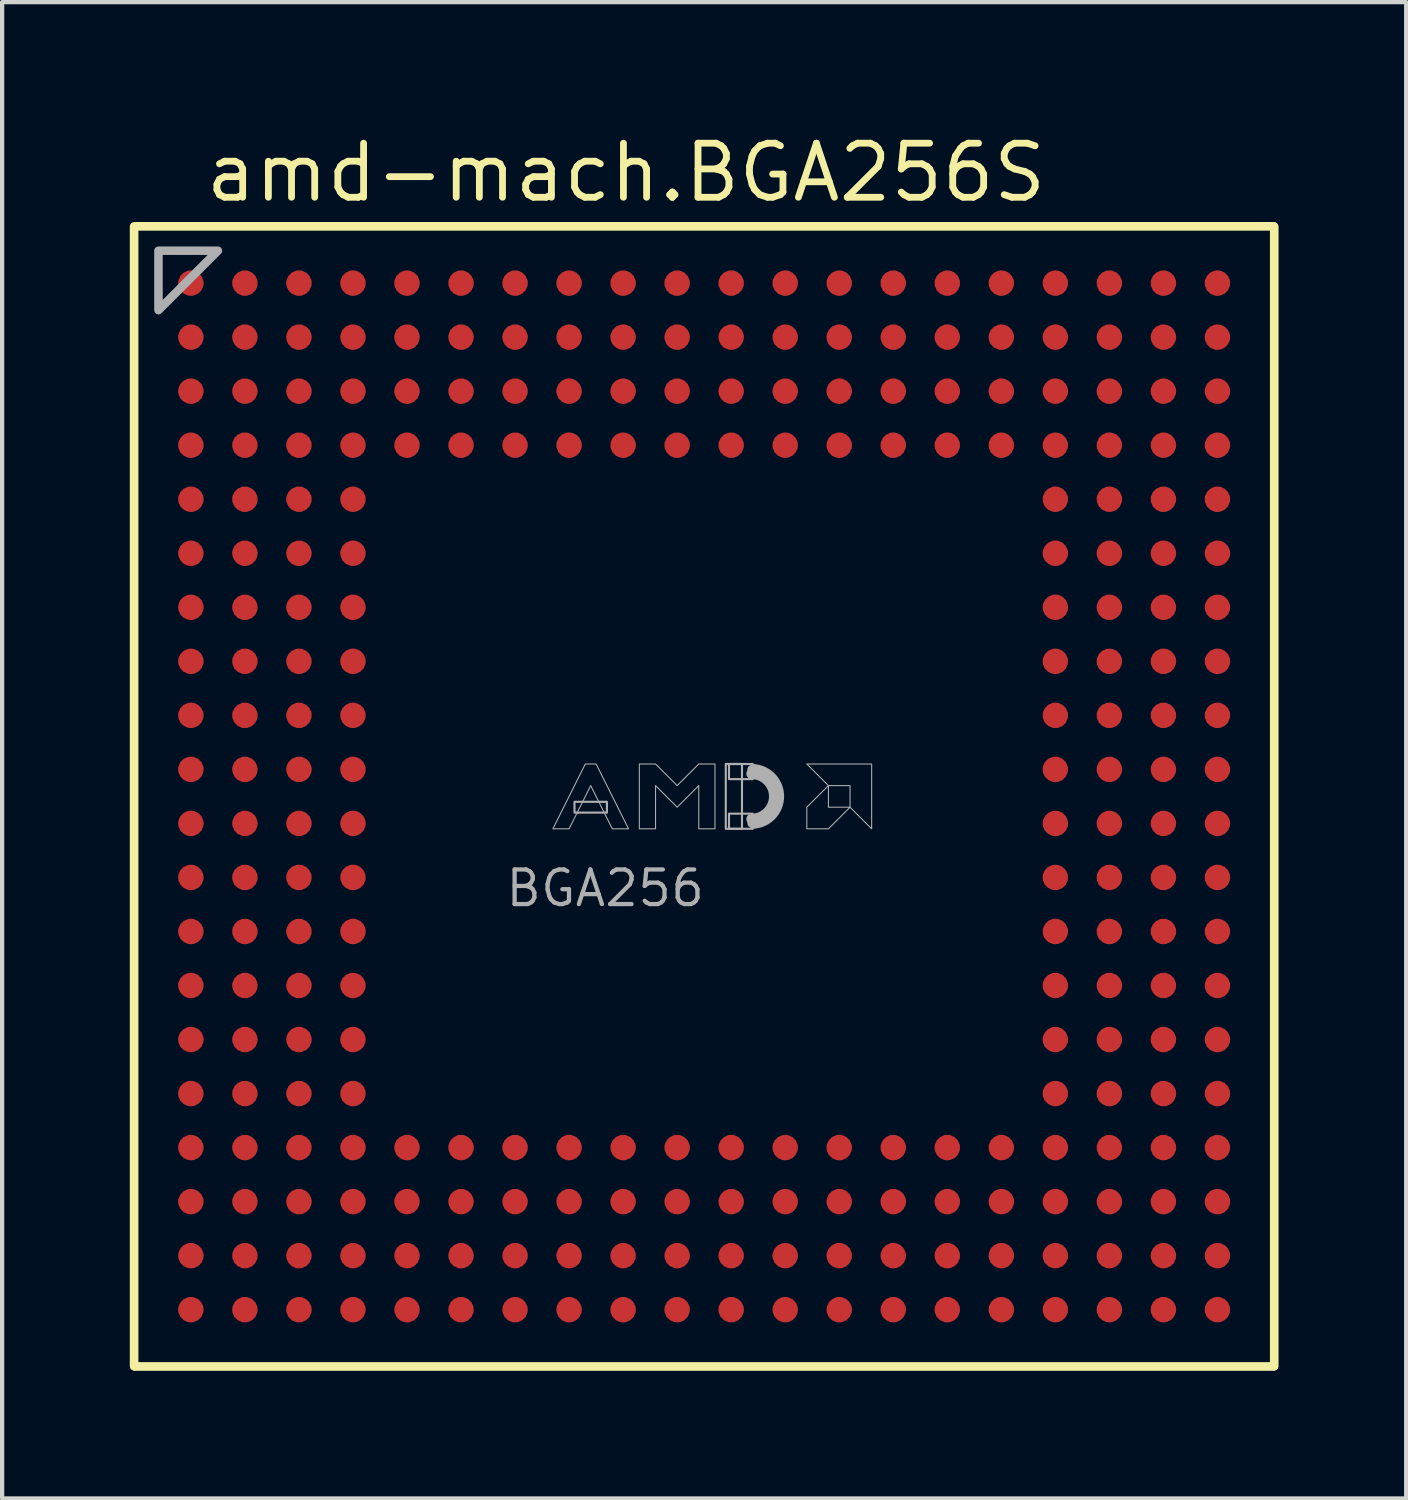
<source format=kicad_pcb>
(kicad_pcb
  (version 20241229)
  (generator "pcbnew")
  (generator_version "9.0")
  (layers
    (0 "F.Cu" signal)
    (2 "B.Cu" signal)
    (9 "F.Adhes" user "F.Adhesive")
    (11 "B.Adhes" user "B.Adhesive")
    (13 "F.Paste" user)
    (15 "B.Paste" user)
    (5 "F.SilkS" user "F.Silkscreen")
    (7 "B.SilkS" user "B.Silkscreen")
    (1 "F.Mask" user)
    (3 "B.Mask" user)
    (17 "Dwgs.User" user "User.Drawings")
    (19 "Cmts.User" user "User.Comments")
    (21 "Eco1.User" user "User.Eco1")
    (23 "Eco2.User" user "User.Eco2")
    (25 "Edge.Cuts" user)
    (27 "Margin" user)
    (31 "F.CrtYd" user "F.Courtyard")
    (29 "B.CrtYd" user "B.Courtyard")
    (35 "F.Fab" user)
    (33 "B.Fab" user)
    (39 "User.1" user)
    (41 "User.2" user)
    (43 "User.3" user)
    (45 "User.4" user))
  (footprint "amd-mach.BGA256S"
    (layer "F.Cu")
    (at 13.502 15.67)
    (property "Reference" "amd-mach.BGA256S" (at -11.8 -13.92 0) (layer "F.SilkS") (effects (font (size 1.27 1.27) (thickness 0.16)) (justify left bottom)))
    (attr smd)
    (fp_line (start -13.4 13.389) (end -13.4 -13.389) (stroke (width 0.203) (type default)) (layer "F.SilkS"))
    (fp_line (start -13.389 -13.4) (end 13.389 -13.4) (stroke (width 0.203) (type default)) (layer "F.SilkS"))
    (fp_line (start 13.389 13.4) (end -13.389 13.4) (stroke (width 0.203) (type default)) (layer "F.SilkS"))
    (fp_line (start 13.4 -13.389) (end 13.4 13.389) (stroke (width 0.203) (type default)) (layer "F.SilkS"))
    (fp_rect (start -3.048 0.381) (end -2.286 0.127) (stroke (width 0.05) (type default)) (fill no) (layer "F.Fab"))
    (fp_rect (start 0.508 0.762) (end 0.889 -0.762) (stroke (width 0.05) (type default)) (fill no) (layer "F.Fab"))
    (fp_rect (start 0.584 -0.406) (end 1.143 -0.762) (stroke (width 0.05) (type default)) (fill no) (layer "F.Fab"))
    (fp_rect (start 0.584 0.762) (end 1.143 0.406) (stroke (width 0.05) (type default)) (fill no) (layer "F.Fab"))
    (fp_arc (start 1.1176 -0.7366) (mid 1.8542 0) (end 1.1176 0.7366) (stroke (width 0.0508) (type default)) (layer "F.Fab"))
    (fp_arc (start 1.1176 -0.635) (mid 1.7526 0) (end 1.1176 0.635) (stroke (width 0.2032) (type default)) (layer "F.Fab"))
    (fp_arc (start 1.1176 -0.5334) (mid 1.651 0) (end 1.1176 0.5334) (stroke (width 0.254) (type default)) (layer "F.Fab"))
    (fp_poly (pts (xy -12.827 -12.827) (xy -11.43 -12.827) (xy -12.827 -11.43)) (stroke (width 0.2) (type default)) (fill no) (layer "F.Fab"))
    (fp_poly (pts (xy 2.413 -0.762) (xy 3.937 -0.762) (xy 3.937 0.762) (xy 3.429 0.254) (xy 3.429 -0.254) (xy 2.921 -0.254)) (stroke (width 0.025) (type default)) (fill no) (layer "F.Fab"))
    (fp_poly (pts (xy 2.921 -0.254) (xy 2.413 0.254) (xy 2.413 0.762) (xy 2.921 0.762) (xy 3.429 0.254) (xy 2.921 0.254)) (stroke (width 0.025) (type default)) (fill no) (layer "F.Fab"))
    (fp_poly (pts (xy -3.556 0.762) (xy -2.794 -0.762) (xy -2.54 -0.762) (xy -1.778 0.762) (xy -2.159 0.762) (xy -2.667 -0.254) (xy -3.175 0.762)) (stroke (width 0.025) (type default)) (fill no) (layer "F.Fab"))
    (fp_poly (pts (xy -1.524 0.762) (xy -1.524 -0.762) (xy -1.143 -0.762) (xy -0.635 -0.254) (xy -0.127 -0.762) (xy 0.254 -0.762) (xy 0.254 0.762) (xy -0.127 0.762) (xy -0.127 -0.254) (xy -0.635 0.254) (xy -1.143 -0.254) (xy -1.143 0.762)) (stroke (width 0.025) (type default)) (fill no) (layer "F.Fab"))
    (fp_text user "BGA256" (at -4.715 2.635 0) (layer "F.Fab") (effects (font (size 0.813 0.813) (thickness 0.1)) (justify left bottom)))
    (pad "A1" smd roundrect (at -12.065 -12.065) (size 0.6 0.6) (layers "F.Cu" "F.Mask" "F.Paste") (roundrect_rratio 0.5))
    (pad "A2" smd roundrect (at -10.795 -12.065) (size 0.6 0.6) (layers "F.Cu" "F.Mask" "F.Paste") (roundrect_rratio 0.5))
    (pad "A3" smd roundrect (at -9.525 -12.065) (size 0.6 0.6) (layers "F.Cu" "F.Mask" "F.Paste") (roundrect_rratio 0.5))
    (pad "A4" smd roundrect (at -8.255 -12.065) (size 0.6 0.6) (layers "F.Cu" "F.Mask" "F.Paste") (roundrect_rratio 0.5))
    (pad "A5" smd roundrect (at -6.985 -12.065) (size 0.6 0.6) (layers "F.Cu" "F.Mask" "F.Paste") (roundrect_rratio 0.5))
    (pad "A6" smd roundrect (at -5.715 -12.065) (size 0.6 0.6) (layers "F.Cu" "F.Mask" "F.Paste") (roundrect_rratio 0.5))
    (pad "A7" smd roundrect (at -4.445 -12.065) (size 0.6 0.6) (layers "F.Cu" "F.Mask" "F.Paste") (roundrect_rratio 0.5))
    (pad "A8" smd roundrect (at -3.175 -12.065) (size 0.6 0.6) (layers "F.Cu" "F.Mask" "F.Paste") (roundrect_rratio 0.5))
    (pad "A9" smd roundrect (at -1.905 -12.065) (size 0.6 0.6) (layers "F.Cu" "F.Mask" "F.Paste") (roundrect_rratio 0.5))
    (pad "A10" smd roundrect (at -0.635 -12.065) (size 0.6 0.6) (layers "F.Cu" "F.Mask" "F.Paste") (roundrect_rratio 0.5))
    (pad "A11" smd roundrect (at 0.635 -12.065) (size 0.6 0.6) (layers "F.Cu" "F.Mask" "F.Paste") (roundrect_rratio 0.5))
    (pad "A12" smd roundrect (at 1.905 -12.065) (size 0.6 0.6) (layers "F.Cu" "F.Mask" "F.Paste") (roundrect_rratio 0.5))
    (pad "A13" smd roundrect (at 3.175 -12.065) (size 0.6 0.6) (layers "F.Cu" "F.Mask" "F.Paste") (roundrect_rratio 0.5))
    (pad "A14" smd roundrect (at 4.445 -12.065) (size 0.6 0.6) (layers "F.Cu" "F.Mask" "F.Paste") (roundrect_rratio 0.5))
    (pad "A15" smd roundrect (at 5.715 -12.065) (size 0.6 0.6) (layers "F.Cu" "F.Mask" "F.Paste") (roundrect_rratio 0.5))
    (pad "A16" smd roundrect (at 6.985 -12.065) (size 0.6 0.6) (layers "F.Cu" "F.Mask" "F.Paste") (roundrect_rratio 0.5))
    (pad "A17" smd roundrect (at 8.255 -12.065) (size 0.6 0.6) (layers "F.Cu" "F.Mask" "F.Paste") (roundrect_rratio 0.5))
    (pad "A18" smd roundrect (at 9.525 -12.065) (size 0.6 0.6) (layers "F.Cu" "F.Mask" "F.Paste") (roundrect_rratio 0.5))
    (pad "A19" smd roundrect (at 10.795 -12.065) (size 0.6 0.6) (layers "F.Cu" "F.Mask" "F.Paste") (roundrect_rratio 0.5))
    (pad "A20" smd roundrect (at 12.065 -12.065) (size 0.6 0.6) (layers "F.Cu" "F.Mask" "F.Paste") (roundrect_rratio 0.5))
    (pad "B1" smd roundrect (at -12.065 -10.795) (size 0.6 0.6) (layers "F.Cu" "F.Mask" "F.Paste") (roundrect_rratio 0.5))
    (pad "B2" smd roundrect (at -10.795 -10.795) (size 0.6 0.6) (layers "F.Cu" "F.Mask" "F.Paste") (roundrect_rratio 0.5))
    (pad "B3" smd roundrect (at -9.525 -10.795) (size 0.6 0.6) (layers "F.Cu" "F.Mask" "F.Paste") (roundrect_rratio 0.5))
    (pad "B4" smd roundrect (at -8.255 -10.795) (size 0.6 0.6) (layers "F.Cu" "F.Mask" "F.Paste") (roundrect_rratio 0.5))
    (pad "B5" smd roundrect (at -6.985 -10.795) (size 0.6 0.6) (layers "F.Cu" "F.Mask" "F.Paste") (roundrect_rratio 0.5))
    (pad "B6" smd roundrect (at -5.715 -10.795) (size 0.6 0.6) (layers "F.Cu" "F.Mask" "F.Paste") (roundrect_rratio 0.5))
    (pad "B7" smd roundrect (at -4.445 -10.795) (size 0.6 0.6) (layers "F.Cu" "F.Mask" "F.Paste") (roundrect_rratio 0.5))
    (pad "B8" smd roundrect (at -3.175 -10.795) (size 0.6 0.6) (layers "F.Cu" "F.Mask" "F.Paste") (roundrect_rratio 0.5))
    (pad "B9" smd roundrect (at -1.905 -10.795) (size 0.6 0.6) (layers "F.Cu" "F.Mask" "F.Paste") (roundrect_rratio 0.5))
    (pad "B10" smd roundrect (at -0.635 -10.795) (size 0.6 0.6) (layers "F.Cu" "F.Mask" "F.Paste") (roundrect_rratio 0.5))
    (pad "B11" smd roundrect (at 0.635 -10.795) (size 0.6 0.6) (layers "F.Cu" "F.Mask" "F.Paste") (roundrect_rratio 0.5))
    (pad "B12" smd roundrect (at 1.905 -10.795) (size 0.6 0.6) (layers "F.Cu" "F.Mask" "F.Paste") (roundrect_rratio 0.5))
    (pad "B13" smd roundrect (at 3.175 -10.795) (size 0.6 0.6) (layers "F.Cu" "F.Mask" "F.Paste") (roundrect_rratio 0.5))
    (pad "B14" smd roundrect (at 4.445 -10.795) (size 0.6 0.6) (layers "F.Cu" "F.Mask" "F.Paste") (roundrect_rratio 0.5))
    (pad "B15" smd roundrect (at 5.715 -10.795) (size 0.6 0.6) (layers "F.Cu" "F.Mask" "F.Paste") (roundrect_rratio 0.5))
    (pad "B16" smd roundrect (at 6.985 -10.795) (size 0.6 0.6) (layers "F.Cu" "F.Mask" "F.Paste") (roundrect_rratio 0.5))
    (pad "B17" smd roundrect (at 8.255 -10.795) (size 0.6 0.6) (layers "F.Cu" "F.Mask" "F.Paste") (roundrect_rratio 0.5))
    (pad "B18" smd roundrect (at 9.525 -10.795) (size 0.6 0.6) (layers "F.Cu" "F.Mask" "F.Paste") (roundrect_rratio 0.5))
    (pad "B19" smd roundrect (at 10.795 -10.795) (size 0.6 0.6) (layers "F.Cu" "F.Mask" "F.Paste") (roundrect_rratio 0.5))
    (pad "B20" smd roundrect (at 12.065 -10.795) (size 0.6 0.6) (layers "F.Cu" "F.Mask" "F.Paste") (roundrect_rratio 0.5))
    (pad "C1" smd roundrect (at -12.065 -9.525) (size 0.6 0.6) (layers "F.Cu" "F.Mask" "F.Paste") (roundrect_rratio 0.5))
    (pad "C2" smd roundrect (at -10.795 -9.525) (size 0.6 0.6) (layers "F.Cu" "F.Mask" "F.Paste") (roundrect_rratio 0.5))
    (pad "C3" smd roundrect (at -9.525 -9.525) (size 0.6 0.6) (layers "F.Cu" "F.Mask" "F.Paste") (roundrect_rratio 0.5))
    (pad "C4" smd roundrect (at -8.255 -9.525) (size 0.6 0.6) (layers "F.Cu" "F.Mask" "F.Paste") (roundrect_rratio 0.5))
    (pad "C5" smd roundrect (at -6.985 -9.525) (size 0.6 0.6) (layers "F.Cu" "F.Mask" "F.Paste") (roundrect_rratio 0.5))
    (pad "C6" smd roundrect (at -5.715 -9.525) (size 0.6 0.6) (layers "F.Cu" "F.Mask" "F.Paste") (roundrect_rratio 0.5))
    (pad "C7" smd roundrect (at -4.445 -9.525) (size 0.6 0.6) (layers "F.Cu" "F.Mask" "F.Paste") (roundrect_rratio 0.5))
    (pad "C8" smd roundrect (at -3.175 -9.525) (size 0.6 0.6) (layers "F.Cu" "F.Mask" "F.Paste") (roundrect_rratio 0.5))
    (pad "C9" smd roundrect (at -1.905 -9.525) (size 0.6 0.6) (layers "F.Cu" "F.Mask" "F.Paste") (roundrect_rratio 0.5))
    (pad "C10" smd roundrect (at -0.635 -9.525) (size 0.6 0.6) (layers "F.Cu" "F.Mask" "F.Paste") (roundrect_rratio 0.5))
    (pad "C11" smd roundrect (at 0.635 -9.525) (size 0.6 0.6) (layers "F.Cu" "F.Mask" "F.Paste") (roundrect_rratio 0.5))
    (pad "C12" smd roundrect (at 1.905 -9.525) (size 0.6 0.6) (layers "F.Cu" "F.Mask" "F.Paste") (roundrect_rratio 0.5))
    (pad "C13" smd roundrect (at 3.175 -9.525) (size 0.6 0.6) (layers "F.Cu" "F.Mask" "F.Paste") (roundrect_rratio 0.5))
    (pad "C14" smd roundrect (at 4.445 -9.525) (size 0.6 0.6) (layers "F.Cu" "F.Mask" "F.Paste") (roundrect_rratio 0.5))
    (pad "C15" smd roundrect (at 5.715 -9.525) (size 0.6 0.6) (layers "F.Cu" "F.Mask" "F.Paste") (roundrect_rratio 0.5))
    (pad "C16" smd roundrect (at 6.985 -9.525) (size 0.6 0.6) (layers "F.Cu" "F.Mask" "F.Paste") (roundrect_rratio 0.5))
    (pad "C17" smd roundrect (at 8.255 -9.525) (size 0.6 0.6) (layers "F.Cu" "F.Mask" "F.Paste") (roundrect_rratio 0.5))
    (pad "C18" smd roundrect (at 9.525 -9.525) (size 0.6 0.6) (layers "F.Cu" "F.Mask" "F.Paste") (roundrect_rratio 0.5))
    (pad "C19" smd roundrect (at 10.795 -9.525) (size 0.6 0.6) (layers "F.Cu" "F.Mask" "F.Paste") (roundrect_rratio 0.5))
    (pad "C20" smd roundrect (at 12.065 -9.525) (size 0.6 0.6) (layers "F.Cu" "F.Mask" "F.Paste") (roundrect_rratio 0.5))
    (pad "D1" smd roundrect (at -12.065 -8.255) (size 0.6 0.6) (layers "F.Cu" "F.Mask" "F.Paste") (roundrect_rratio 0.5))
    (pad "D2" smd roundrect (at -10.795 -8.255) (size 0.6 0.6) (layers "F.Cu" "F.Mask" "F.Paste") (roundrect_rratio 0.5))
    (pad "D3" smd roundrect (at -9.525 -8.255) (size 0.6 0.6) (layers "F.Cu" "F.Mask" "F.Paste") (roundrect_rratio 0.5))
    (pad "D4" smd roundrect (at -8.255 -8.255) (size 0.6 0.6) (layers "F.Cu" "F.Mask" "F.Paste") (roundrect_rratio 0.5))
    (pad "D5" smd roundrect (at -6.985 -8.255) (size 0.6 0.6) (layers "F.Cu" "F.Mask" "F.Paste") (roundrect_rratio 0.5))
    (pad "D6" smd roundrect (at -5.715 -8.255) (size 0.6 0.6) (layers "F.Cu" "F.Mask" "F.Paste") (roundrect_rratio 0.5))
    (pad "D7" smd roundrect (at -4.445 -8.255) (size 0.6 0.6) (layers "F.Cu" "F.Mask" "F.Paste") (roundrect_rratio 0.5))
    (pad "D8" smd roundrect (at -3.175 -8.255) (size 0.6 0.6) (layers "F.Cu" "F.Mask" "F.Paste") (roundrect_rratio 0.5))
    (pad "D9" smd roundrect (at -1.905 -8.255) (size 0.6 0.6) (layers "F.Cu" "F.Mask" "F.Paste") (roundrect_rratio 0.5))
    (pad "D10" smd roundrect (at -0.635 -8.255) (size 0.6 0.6) (layers "F.Cu" "F.Mask" "F.Paste") (roundrect_rratio 0.5))
    (pad "D11" smd roundrect (at 0.635 -8.255) (size 0.6 0.6) (layers "F.Cu" "F.Mask" "F.Paste") (roundrect_rratio 0.5))
    (pad "D12" smd roundrect (at 1.905 -8.255) (size 0.6 0.6) (layers "F.Cu" "F.Mask" "F.Paste") (roundrect_rratio 0.5))
    (pad "D13" smd roundrect (at 3.175 -8.255) (size 0.6 0.6) (layers "F.Cu" "F.Mask" "F.Paste") (roundrect_rratio 0.5))
    (pad "D14" smd roundrect (at 4.445 -8.255) (size 0.6 0.6) (layers "F.Cu" "F.Mask" "F.Paste") (roundrect_rratio 0.5))
    (pad "D15" smd roundrect (at 5.715 -8.255) (size 0.6 0.6) (layers "F.Cu" "F.Mask" "F.Paste") (roundrect_rratio 0.5))
    (pad "D16" smd roundrect (at 6.985 -8.255) (size 0.6 0.6) (layers "F.Cu" "F.Mask" "F.Paste") (roundrect_rratio 0.5))
    (pad "D17" smd roundrect (at 8.255 -8.255) (size 0.6 0.6) (layers "F.Cu" "F.Mask" "F.Paste") (roundrect_rratio 0.5))
    (pad "D18" smd roundrect (at 9.525 -8.255) (size 0.6 0.6) (layers "F.Cu" "F.Mask" "F.Paste") (roundrect_rratio 0.5))
    (pad "D19" smd roundrect (at 10.795 -8.255) (size 0.6 0.6) (layers "F.Cu" "F.Mask" "F.Paste") (roundrect_rratio 0.5))
    (pad "D20" smd roundrect (at 12.065 -8.255) (size 0.6 0.6) (layers "F.Cu" "F.Mask" "F.Paste") (roundrect_rratio 0.5))
    (pad "E1" smd roundrect (at -12.065 -6.985) (size 0.6 0.6) (layers "F.Cu" "F.Mask" "F.Paste") (roundrect_rratio 0.5))
    (pad "E2" smd roundrect (at -10.795 -6.985) (size 0.6 0.6) (layers "F.Cu" "F.Mask" "F.Paste") (roundrect_rratio 0.5))
    (pad "E3" smd roundrect (at -9.525 -6.985) (size 0.6 0.6) (layers "F.Cu" "F.Mask" "F.Paste") (roundrect_rratio 0.5))
    (pad "E4" smd roundrect (at -8.255 -6.985) (size 0.6 0.6) (layers "F.Cu" "F.Mask" "F.Paste") (roundrect_rratio 0.5))
    (pad "E17" smd roundrect (at 8.255 -6.985) (size 0.6 0.6) (layers "F.Cu" "F.Mask" "F.Paste") (roundrect_rratio 0.5))
    (pad "E18" smd roundrect (at 9.525 -6.985) (size 0.6 0.6) (layers "F.Cu" "F.Mask" "F.Paste") (roundrect_rratio 0.5))
    (pad "E19" smd roundrect (at 10.795 -6.985) (size 0.6 0.6) (layers "F.Cu" "F.Mask" "F.Paste") (roundrect_rratio 0.5))
    (pad "E20" smd roundrect (at 12.065 -6.985) (size 0.6 0.6) (layers "F.Cu" "F.Mask" "F.Paste") (roundrect_rratio 0.5))
    (pad "F1" smd roundrect (at -12.065 -5.715) (size 0.6 0.6) (layers "F.Cu" "F.Mask" "F.Paste") (roundrect_rratio 0.5))
    (pad "F2" smd roundrect (at -10.795 -5.715) (size 0.6 0.6) (layers "F.Cu" "F.Mask" "F.Paste") (roundrect_rratio 0.5))
    (pad "F3" smd roundrect (at -9.525 -5.715) (size 0.6 0.6) (layers "F.Cu" "F.Mask" "F.Paste") (roundrect_rratio 0.5))
    (pad "F4" smd roundrect (at -8.255 -5.715) (size 0.6 0.6) (layers "F.Cu" "F.Mask" "F.Paste") (roundrect_rratio 0.5))
    (pad "F17" smd roundrect (at 8.255 -5.715) (size 0.6 0.6) (layers "F.Cu" "F.Mask" "F.Paste") (roundrect_rratio 0.5))
    (pad "F18" smd roundrect (at 9.525 -5.715) (size 0.6 0.6) (layers "F.Cu" "F.Mask" "F.Paste") (roundrect_rratio 0.5))
    (pad "F19" smd roundrect (at 10.795 -5.715) (size 0.6 0.6) (layers "F.Cu" "F.Mask" "F.Paste") (roundrect_rratio 0.5))
    (pad "F20" smd roundrect (at 12.065 -5.715) (size 0.6 0.6) (layers "F.Cu" "F.Mask" "F.Paste") (roundrect_rratio 0.5))
    (pad "G1" smd roundrect (at -12.065 -4.445) (size 0.6 0.6) (layers "F.Cu" "F.Mask" "F.Paste") (roundrect_rratio 0.5))
    (pad "G2" smd roundrect (at -10.795 -4.445) (size 0.6 0.6) (layers "F.Cu" "F.Mask" "F.Paste") (roundrect_rratio 0.5))
    (pad "G3" smd roundrect (at -9.525 -4.445) (size 0.6 0.6) (layers "F.Cu" "F.Mask" "F.Paste") (roundrect_rratio 0.5))
    (pad "G4" smd roundrect (at -8.255 -4.445) (size 0.6 0.6) (layers "F.Cu" "F.Mask" "F.Paste") (roundrect_rratio 0.5))
    (pad "G17" smd roundrect (at 8.255 -4.445) (size 0.6 0.6) (layers "F.Cu" "F.Mask" "F.Paste") (roundrect_rratio 0.5))
    (pad "G18" smd roundrect (at 9.525 -4.445) (size 0.6 0.6) (layers "F.Cu" "F.Mask" "F.Paste") (roundrect_rratio 0.5))
    (pad "G19" smd roundrect (at 10.795 -4.445) (size 0.6 0.6) (layers "F.Cu" "F.Mask" "F.Paste") (roundrect_rratio 0.5))
    (pad "G20" smd roundrect (at 12.065 -4.445) (size 0.6 0.6) (layers "F.Cu" "F.Mask" "F.Paste") (roundrect_rratio 0.5))
    (pad "H1" smd roundrect (at -12.065 -3.175) (size 0.6 0.6) (layers "F.Cu" "F.Mask" "F.Paste") (roundrect_rratio 0.5))
    (pad "H2" smd roundrect (at -10.795 -3.175) (size 0.6 0.6) (layers "F.Cu" "F.Mask" "F.Paste") (roundrect_rratio 0.5))
    (pad "H3" smd roundrect (at -9.525 -3.175) (size 0.6 0.6) (layers "F.Cu" "F.Mask" "F.Paste") (roundrect_rratio 0.5))
    (pad "H4" smd roundrect (at -8.255 -3.175) (size 0.6 0.6) (layers "F.Cu" "F.Mask" "F.Paste") (roundrect_rratio 0.5))
    (pad "H17" smd roundrect (at 8.255 -3.175) (size 0.6 0.6) (layers "F.Cu" "F.Mask" "F.Paste") (roundrect_rratio 0.5))
    (pad "H18" smd roundrect (at 9.525 -3.175) (size 0.6 0.6) (layers "F.Cu" "F.Mask" "F.Paste") (roundrect_rratio 0.5))
    (pad "H19" smd roundrect (at 10.795 -3.175) (size 0.6 0.6) (layers "F.Cu" "F.Mask" "F.Paste") (roundrect_rratio 0.5))
    (pad "H20" smd roundrect (at 12.065 -3.175) (size 0.6 0.6) (layers "F.Cu" "F.Mask" "F.Paste") (roundrect_rratio 0.5))
    (pad "J1" smd roundrect (at -12.065 -1.905) (size 0.6 0.6) (layers "F.Cu" "F.Mask" "F.Paste") (roundrect_rratio 0.5))
    (pad "J2" smd roundrect (at -10.795 -1.905) (size 0.6 0.6) (layers "F.Cu" "F.Mask" "F.Paste") (roundrect_rratio 0.5))
    (pad "J3" smd roundrect (at -9.525 -1.905) (size 0.6 0.6) (layers "F.Cu" "F.Mask" "F.Paste") (roundrect_rratio 0.5))
    (pad "J4" smd roundrect (at -8.255 -1.905) (size 0.6 0.6) (layers "F.Cu" "F.Mask" "F.Paste") (roundrect_rratio 0.5))
    (pad "J17" smd roundrect (at 8.255 -1.905) (size 0.6 0.6) (layers "F.Cu" "F.Mask" "F.Paste") (roundrect_rratio 0.5))
    (pad "J18" smd roundrect (at 9.525 -1.905) (size 0.6 0.6) (layers "F.Cu" "F.Mask" "F.Paste") (roundrect_rratio 0.5))
    (pad "J19" smd roundrect (at 10.795 -1.905) (size 0.6 0.6) (layers "F.Cu" "F.Mask" "F.Paste") (roundrect_rratio 0.5))
    (pad "J20" smd roundrect (at 12.065 -1.905) (size 0.6 0.6) (layers "F.Cu" "F.Mask" "F.Paste") (roundrect_rratio 0.5))
    (pad "K1" smd roundrect (at -12.065 -0.635) (size 0.6 0.6) (layers "F.Cu" "F.Mask" "F.Paste") (roundrect_rratio 0.5))
    (pad "K2" smd roundrect (at -10.795 -0.635) (size 0.6 0.6) (layers "F.Cu" "F.Mask" "F.Paste") (roundrect_rratio 0.5))
    (pad "K3" smd roundrect (at -9.525 -0.635) (size 0.6 0.6) (layers "F.Cu" "F.Mask" "F.Paste") (roundrect_rratio 0.5))
    (pad "K4" smd roundrect (at -8.255 -0.635) (size 0.6 0.6) (layers "F.Cu" "F.Mask" "F.Paste") (roundrect_rratio 0.5))
    (pad "K17" smd roundrect (at 8.255 -0.635) (size 0.6 0.6) (layers "F.Cu" "F.Mask" "F.Paste") (roundrect_rratio 0.5))
    (pad "K18" smd roundrect (at 9.525 -0.635) (size 0.6 0.6) (layers "F.Cu" "F.Mask" "F.Paste") (roundrect_rratio 0.5))
    (pad "K19" smd roundrect (at 10.795 -0.635) (size 0.6 0.6) (layers "F.Cu" "F.Mask" "F.Paste") (roundrect_rratio 0.5))
    (pad "K20" smd roundrect (at 12.065 -0.635) (size 0.6 0.6) (layers "F.Cu" "F.Mask" "F.Paste") (roundrect_rratio 0.5))
    (pad "L1" smd roundrect (at -12.065 0.635) (size 0.6 0.6) (layers "F.Cu" "F.Mask" "F.Paste") (roundrect_rratio 0.5))
    (pad "L2" smd roundrect (at -10.795 0.635) (size 0.6 0.6) (layers "F.Cu" "F.Mask" "F.Paste") (roundrect_rratio 0.5))
    (pad "L3" smd roundrect (at -9.525 0.635) (size 0.6 0.6) (layers "F.Cu" "F.Mask" "F.Paste") (roundrect_rratio 0.5))
    (pad "L4" smd roundrect (at -8.255 0.635) (size 0.6 0.6) (layers "F.Cu" "F.Mask" "F.Paste") (roundrect_rratio 0.5))
    (pad "L17" smd roundrect (at 8.255 0.635) (size 0.6 0.6) (layers "F.Cu" "F.Mask" "F.Paste") (roundrect_rratio 0.5))
    (pad "L18" smd roundrect (at 9.525 0.635) (size 0.6 0.6) (layers "F.Cu" "F.Mask" "F.Paste") (roundrect_rratio 0.5))
    (pad "L19" smd roundrect (at 10.795 0.635) (size 0.6 0.6) (layers "F.Cu" "F.Mask" "F.Paste") (roundrect_rratio 0.5))
    (pad "L20" smd roundrect (at 12.065 0.635) (size 0.6 0.6) (layers "F.Cu" "F.Mask" "F.Paste") (roundrect_rratio 0.5))
    (pad "M1" smd roundrect (at -12.065 1.905) (size 0.6 0.6) (layers "F.Cu" "F.Mask" "F.Paste") (roundrect_rratio 0.5))
    (pad "M2" smd roundrect (at -10.795 1.905) (size 0.6 0.6) (layers "F.Cu" "F.Mask" "F.Paste") (roundrect_rratio 0.5))
    (pad "M3" smd roundrect (at -9.525 1.905) (size 0.6 0.6) (layers "F.Cu" "F.Mask" "F.Paste") (roundrect_rratio 0.5))
    (pad "M4" smd roundrect (at -8.255 1.905) (size 0.6 0.6) (layers "F.Cu" "F.Mask" "F.Paste") (roundrect_rratio 0.5))
    (pad "M17" smd roundrect (at 8.255 1.905) (size 0.6 0.6) (layers "F.Cu" "F.Mask" "F.Paste") (roundrect_rratio 0.5))
    (pad "M18" smd roundrect (at 9.525 1.905) (size 0.6 0.6) (layers "F.Cu" "F.Mask" "F.Paste") (roundrect_rratio 0.5))
    (pad "M19" smd roundrect (at 10.795 1.905) (size 0.6 0.6) (layers "F.Cu" "F.Mask" "F.Paste") (roundrect_rratio 0.5))
    (pad "M20" smd roundrect (at 12.065 1.905) (size 0.6 0.6) (layers "F.Cu" "F.Mask" "F.Paste") (roundrect_rratio 0.5))
    (pad "N1" smd roundrect (at -12.065 3.175) (size 0.6 0.6) (layers "F.Cu" "F.Mask" "F.Paste") (roundrect_rratio 0.5))
    (pad "N2" smd roundrect (at -10.795 3.175) (size 0.6 0.6) (layers "F.Cu" "F.Mask" "F.Paste") (roundrect_rratio 0.5))
    (pad "N3" smd roundrect (at -9.525 3.175) (size 0.6 0.6) (layers "F.Cu" "F.Mask" "F.Paste") (roundrect_rratio 0.5))
    (pad "N4" smd roundrect (at -8.255 3.175) (size 0.6 0.6) (layers "F.Cu" "F.Mask" "F.Paste") (roundrect_rratio 0.5))
    (pad "N17" smd roundrect (at 8.255 3.175) (size 0.6 0.6) (layers "F.Cu" "F.Mask" "F.Paste") (roundrect_rratio 0.5))
    (pad "N18" smd roundrect (at 9.525 3.175) (size 0.6 0.6) (layers "F.Cu" "F.Mask" "F.Paste") (roundrect_rratio 0.5))
    (pad "N19" smd roundrect (at 10.795 3.175) (size 0.6 0.6) (layers "F.Cu" "F.Mask" "F.Paste") (roundrect_rratio 0.5))
    (pad "N20" smd roundrect (at 12.065 3.175) (size 0.6 0.6) (layers "F.Cu" "F.Mask" "F.Paste") (roundrect_rratio 0.5))
    (pad "P1" smd roundrect (at -12.065 4.445) (size 0.6 0.6) (layers "F.Cu" "F.Mask" "F.Paste") (roundrect_rratio 0.5))
    (pad "P2" smd roundrect (at -10.795 4.445) (size 0.6 0.6) (layers "F.Cu" "F.Mask" "F.Paste") (roundrect_rratio 0.5))
    (pad "P3" smd roundrect (at -9.525 4.445) (size 0.6 0.6) (layers "F.Cu" "F.Mask" "F.Paste") (roundrect_rratio 0.5))
    (pad "P4" smd roundrect (at -8.255 4.445) (size 0.6 0.6) (layers "F.Cu" "F.Mask" "F.Paste") (roundrect_rratio 0.5))
    (pad "P17" smd roundrect (at 8.255 4.445) (size 0.6 0.6) (layers "F.Cu" "F.Mask" "F.Paste") (roundrect_rratio 0.5))
    (pad "P18" smd roundrect (at 9.525 4.445) (size 0.6 0.6) (layers "F.Cu" "F.Mask" "F.Paste") (roundrect_rratio 0.5))
    (pad "P19" smd roundrect (at 10.795 4.445) (size 0.6 0.6) (layers "F.Cu" "F.Mask" "F.Paste") (roundrect_rratio 0.5))
    (pad "P20" smd roundrect (at 12.065 4.445) (size 0.6 0.6) (layers "F.Cu" "F.Mask" "F.Paste") (roundrect_rratio 0.5))
    (pad "R1" smd roundrect (at -12.065 5.715) (size 0.6 0.6) (layers "F.Cu" "F.Mask" "F.Paste") (roundrect_rratio 0.5))
    (pad "R2" smd roundrect (at -10.795 5.715) (size 0.6 0.6) (layers "F.Cu" "F.Mask" "F.Paste") (roundrect_rratio 0.5))
    (pad "R3" smd roundrect (at -9.525 5.715) (size 0.6 0.6) (layers "F.Cu" "F.Mask" "F.Paste") (roundrect_rratio 0.5))
    (pad "R4" smd roundrect (at -8.255 5.715) (size 0.6 0.6) (layers "F.Cu" "F.Mask" "F.Paste") (roundrect_rratio 0.5))
    (pad "R17" smd roundrect (at 8.255 5.715) (size 0.6 0.6) (layers "F.Cu" "F.Mask" "F.Paste") (roundrect_rratio 0.5))
    (pad "R18" smd roundrect (at 9.525 5.715) (size 0.6 0.6) (layers "F.Cu" "F.Mask" "F.Paste") (roundrect_rratio 0.5))
    (pad "R19" smd roundrect (at 10.795 5.715) (size 0.6 0.6) (layers "F.Cu" "F.Mask" "F.Paste") (roundrect_rratio 0.5))
    (pad "R20" smd roundrect (at 12.065 5.715) (size 0.6 0.6) (layers "F.Cu" "F.Mask" "F.Paste") (roundrect_rratio 0.5))
    (pad "T1" smd roundrect (at -12.065 6.985) (size 0.6 0.6) (layers "F.Cu" "F.Mask" "F.Paste") (roundrect_rratio 0.5))
    (pad "T2" smd roundrect (at -10.795 6.985) (size 0.6 0.6) (layers "F.Cu" "F.Mask" "F.Paste") (roundrect_rratio 0.5))
    (pad "T3" smd roundrect (at -9.525 6.985) (size 0.6 0.6) (layers "F.Cu" "F.Mask" "F.Paste") (roundrect_rratio 0.5))
    (pad "T4" smd roundrect (at -8.255 6.985) (size 0.6 0.6) (layers "F.Cu" "F.Mask" "F.Paste") (roundrect_rratio 0.5))
    (pad "T17" smd roundrect (at 8.255 6.985) (size 0.6 0.6) (layers "F.Cu" "F.Mask" "F.Paste") (roundrect_rratio 0.5))
    (pad "T18" smd roundrect (at 9.525 6.985) (size 0.6 0.6) (layers "F.Cu" "F.Mask" "F.Paste") (roundrect_rratio 0.5))
    (pad "T19" smd roundrect (at 10.795 6.985) (size 0.6 0.6) (layers "F.Cu" "F.Mask" "F.Paste") (roundrect_rratio 0.5))
    (pad "T20" smd roundrect (at 12.065 6.985) (size 0.6 0.6) (layers "F.Cu" "F.Mask" "F.Paste") (roundrect_rratio 0.5))
    (pad "U1" smd roundrect (at -12.065 8.255) (size 0.6 0.6) (layers "F.Cu" "F.Mask" "F.Paste") (roundrect_rratio 0.5))
    (pad "U2" smd roundrect (at -10.795 8.255) (size 0.6 0.6) (layers "F.Cu" "F.Mask" "F.Paste") (roundrect_rratio 0.5))
    (pad "U3" smd roundrect (at -9.525 8.255) (size 0.6 0.6) (layers "F.Cu" "F.Mask" "F.Paste") (roundrect_rratio 0.5))
    (pad "U4" smd roundrect (at -8.255 8.255) (size 0.6 0.6) (layers "F.Cu" "F.Mask" "F.Paste") (roundrect_rratio 0.5))
    (pad "U5" smd roundrect (at -6.985 8.255) (size 0.6 0.6) (layers "F.Cu" "F.Mask" "F.Paste") (roundrect_rratio 0.5))
    (pad "U6" smd roundrect (at -5.715 8.255) (size 0.6 0.6) (layers "F.Cu" "F.Mask" "F.Paste") (roundrect_rratio 0.5))
    (pad "U7" smd roundrect (at -4.445 8.255) (size 0.6 0.6) (layers "F.Cu" "F.Mask" "F.Paste") (roundrect_rratio 0.5))
    (pad "U8" smd roundrect (at -3.175 8.255) (size 0.6 0.6) (layers "F.Cu" "F.Mask" "F.Paste") (roundrect_rratio 0.5))
    (pad "U9" smd roundrect (at -1.905 8.255) (size 0.6 0.6) (layers "F.Cu" "F.Mask" "F.Paste") (roundrect_rratio 0.5))
    (pad "U10" smd roundrect (at -0.635 8.255) (size 0.6 0.6) (layers "F.Cu" "F.Mask" "F.Paste") (roundrect_rratio 0.5))
    (pad "U11" smd roundrect (at 0.635 8.255) (size 0.6 0.6) (layers "F.Cu" "F.Mask" "F.Paste") (roundrect_rratio 0.5))
    (pad "U12" smd roundrect (at 1.905 8.255) (size 0.6 0.6) (layers "F.Cu" "F.Mask" "F.Paste") (roundrect_rratio 0.5))
    (pad "U13" smd roundrect (at 3.175 8.255) (size 0.6 0.6) (layers "F.Cu" "F.Mask" "F.Paste") (roundrect_rratio 0.5))
    (pad "U14" smd roundrect (at 4.445 8.255) (size 0.6 0.6) (layers "F.Cu" "F.Mask" "F.Paste") (roundrect_rratio 0.5))
    (pad "U15" smd roundrect (at 5.715 8.255) (size 0.6 0.6) (layers "F.Cu" "F.Mask" "F.Paste") (roundrect_rratio 0.5))
    (pad "U16" smd roundrect (at 6.985 8.255) (size 0.6 0.6) (layers "F.Cu" "F.Mask" "F.Paste") (roundrect_rratio 0.5))
    (pad "U17" smd roundrect (at 8.255 8.255) (size 0.6 0.6) (layers "F.Cu" "F.Mask" "F.Paste") (roundrect_rratio 0.5))
    (pad "U18" smd roundrect (at 9.525 8.255) (size 0.6 0.6) (layers "F.Cu" "F.Mask" "F.Paste") (roundrect_rratio 0.5))
    (pad "U19" smd roundrect (at 10.795 8.255) (size 0.6 0.6) (layers "F.Cu" "F.Mask" "F.Paste") (roundrect_rratio 0.5))
    (pad "U20" smd roundrect (at 12.065 8.255) (size 0.6 0.6) (layers "F.Cu" "F.Mask" "F.Paste") (roundrect_rratio 0.5))
    (pad "V1" smd roundrect (at -12.065 9.525) (size 0.6 0.6) (layers "F.Cu" "F.Mask" "F.Paste") (roundrect_rratio 0.5))
    (pad "V2" smd roundrect (at -10.795 9.525) (size 0.6 0.6) (layers "F.Cu" "F.Mask" "F.Paste") (roundrect_rratio 0.5))
    (pad "V3" smd roundrect (at -9.525 9.525) (size 0.6 0.6) (layers "F.Cu" "F.Mask" "F.Paste") (roundrect_rratio 0.5))
    (pad "V4" smd roundrect (at -8.255 9.525) (size 0.6 0.6) (layers "F.Cu" "F.Mask" "F.Paste") (roundrect_rratio 0.5))
    (pad "V5" smd roundrect (at -6.985 9.525) (size 0.6 0.6) (layers "F.Cu" "F.Mask" "F.Paste") (roundrect_rratio 0.5))
    (pad "V6" smd roundrect (at -5.715 9.525) (size 0.6 0.6) (layers "F.Cu" "F.Mask" "F.Paste") (roundrect_rratio 0.5))
    (pad "V7" smd roundrect (at -4.445 9.525) (size 0.6 0.6) (layers "F.Cu" "F.Mask" "F.Paste") (roundrect_rratio 0.5))
    (pad "V8" smd roundrect (at -3.175 9.525) (size 0.6 0.6) (layers "F.Cu" "F.Mask" "F.Paste") (roundrect_rratio 0.5))
    (pad "V9" smd roundrect (at -1.905 9.525) (size 0.6 0.6) (layers "F.Cu" "F.Mask" "F.Paste") (roundrect_rratio 0.5))
    (pad "V10" smd roundrect (at -0.635 9.525) (size 0.6 0.6) (layers "F.Cu" "F.Mask" "F.Paste") (roundrect_rratio 0.5))
    (pad "V11" smd roundrect (at 0.635 9.525) (size 0.6 0.6) (layers "F.Cu" "F.Mask" "F.Paste") (roundrect_rratio 0.5))
    (pad "V12" smd roundrect (at 1.905 9.525) (size 0.6 0.6) (layers "F.Cu" "F.Mask" "F.Paste") (roundrect_rratio 0.5))
    (pad "V13" smd roundrect (at 3.175 9.525) (size 0.6 0.6) (layers "F.Cu" "F.Mask" "F.Paste") (roundrect_rratio 0.5))
    (pad "V14" smd roundrect (at 4.445 9.525) (size 0.6 0.6) (layers "F.Cu" "F.Mask" "F.Paste") (roundrect_rratio 0.5))
    (pad "V15" smd roundrect (at 5.715 9.525) (size 0.6 0.6) (layers "F.Cu" "F.Mask" "F.Paste") (roundrect_rratio 0.5))
    (pad "V16" smd roundrect (at 6.985 9.525) (size 0.6 0.6) (layers "F.Cu" "F.Mask" "F.Paste") (roundrect_rratio 0.5))
    (pad "V17" smd roundrect (at 8.255 9.525) (size 0.6 0.6) (layers "F.Cu" "F.Mask" "F.Paste") (roundrect_rratio 0.5))
    (pad "V18" smd roundrect (at 9.525 9.525) (size 0.6 0.6) (layers "F.Cu" "F.Mask" "F.Paste") (roundrect_rratio 0.5))
    (pad "V19" smd roundrect (at 10.795 9.525) (size 0.6 0.6) (layers "F.Cu" "F.Mask" "F.Paste") (roundrect_rratio 0.5))
    (pad "V20" smd roundrect (at 12.065 9.525) (size 0.6 0.6) (layers "F.Cu" "F.Mask" "F.Paste") (roundrect_rratio 0.5))
    (pad "W1" smd roundrect (at -12.065 10.795) (size 0.6 0.6) (layers "F.Cu" "F.Mask" "F.Paste") (roundrect_rratio 0.5))
    (pad "W2" smd roundrect (at -10.795 10.795) (size 0.6 0.6) (layers "F.Cu" "F.Mask" "F.Paste") (roundrect_rratio 0.5))
    (pad "W3" smd roundrect (at -9.525 10.795) (size 0.6 0.6) (layers "F.Cu" "F.Mask" "F.Paste") (roundrect_rratio 0.5))
    (pad "W4" smd roundrect (at -8.255 10.795) (size 0.6 0.6) (layers "F.Cu" "F.Mask" "F.Paste") (roundrect_rratio 0.5))
    (pad "W5" smd roundrect (at -6.985 10.795) (size 0.6 0.6) (layers "F.Cu" "F.Mask" "F.Paste") (roundrect_rratio 0.5))
    (pad "W6" smd roundrect (at -5.715 10.795) (size 0.6 0.6) (layers "F.Cu" "F.Mask" "F.Paste") (roundrect_rratio 0.5))
    (pad "W7" smd roundrect (at -4.445 10.795) (size 0.6 0.6) (layers "F.Cu" "F.Mask" "F.Paste") (roundrect_rratio 0.5))
    (pad "W8" smd roundrect (at -3.175 10.795) (size 0.6 0.6) (layers "F.Cu" "F.Mask" "F.Paste") (roundrect_rratio 0.5))
    (pad "W9" smd roundrect (at -1.905 10.795) (size 0.6 0.6) (layers "F.Cu" "F.Mask" "F.Paste") (roundrect_rratio 0.5))
    (pad "W10" smd roundrect (at -0.635 10.795) (size 0.6 0.6) (layers "F.Cu" "F.Mask" "F.Paste") (roundrect_rratio 0.5))
    (pad "W11" smd roundrect (at 0.635 10.795) (size 0.6 0.6) (layers "F.Cu" "F.Mask" "F.Paste") (roundrect_rratio 0.5))
    (pad "W12" smd roundrect (at 1.905 10.795) (size 0.6 0.6) (layers "F.Cu" "F.Mask" "F.Paste") (roundrect_rratio 0.5))
    (pad "W13" smd roundrect (at 3.175 10.795) (size 0.6 0.6) (layers "F.Cu" "F.Mask" "F.Paste") (roundrect_rratio 0.5))
    (pad "W14" smd roundrect (at 4.445 10.795) (size 0.6 0.6) (layers "F.Cu" "F.Mask" "F.Paste") (roundrect_rratio 0.5))
    (pad "W15" smd roundrect (at 5.715 10.795) (size 0.6 0.6) (layers "F.Cu" "F.Mask" "F.Paste") (roundrect_rratio 0.5))
    (pad "W16" smd roundrect (at 6.985 10.795) (size 0.6 0.6) (layers "F.Cu" "F.Mask" "F.Paste") (roundrect_rratio 0.5))
    (pad "W17" smd roundrect (at 8.255 10.795) (size 0.6 0.6) (layers "F.Cu" "F.Mask" "F.Paste") (roundrect_rratio 0.5))
    (pad "W18" smd roundrect (at 9.525 10.795) (size 0.6 0.6) (layers "F.Cu" "F.Mask" "F.Paste") (roundrect_rratio 0.5))
    (pad "W19" smd roundrect (at 10.795 10.795) (size 0.6 0.6) (layers "F.Cu" "F.Mask" "F.Paste") (roundrect_rratio 0.5))
    (pad "W20" smd roundrect (at 12.065 10.795) (size 0.6 0.6) (layers "F.Cu" "F.Mask" "F.Paste") (roundrect_rratio 0.5))
    (pad "Y1" smd roundrect (at -12.065 12.065) (size 0.6 0.6) (layers "F.Cu" "F.Mask" "F.Paste") (roundrect_rratio 0.5))
    (pad "Y2" smd roundrect (at -10.795 12.065) (size 0.6 0.6) (layers "F.Cu" "F.Mask" "F.Paste") (roundrect_rratio 0.5))
    (pad "Y3" smd roundrect (at -9.525 12.065) (size 0.6 0.6) (layers "F.Cu" "F.Mask" "F.Paste") (roundrect_rratio 0.5))
    (pad "Y4" smd roundrect (at -8.255 12.065) (size 0.6 0.6) (layers "F.Cu" "F.Mask" "F.Paste") (roundrect_rratio 0.5))
    (pad "Y5" smd roundrect (at -6.985 12.065) (size 0.6 0.6) (layers "F.Cu" "F.Mask" "F.Paste") (roundrect_rratio 0.5))
    (pad "Y6" smd roundrect (at -5.715 12.065) (size 0.6 0.6) (layers "F.Cu" "F.Mask" "F.Paste") (roundrect_rratio 0.5))
    (pad "Y7" smd roundrect (at -4.445 12.065) (size 0.6 0.6) (layers "F.Cu" "F.Mask" "F.Paste") (roundrect_rratio 0.5))
    (pad "Y8" smd roundrect (at -3.175 12.065) (size 0.6 0.6) (layers "F.Cu" "F.Mask" "F.Paste") (roundrect_rratio 0.5))
    (pad "Y9" smd roundrect (at -1.905 12.065) (size 0.6 0.6) (layers "F.Cu" "F.Mask" "F.Paste") (roundrect_rratio 0.5))
    (pad "Y10" smd roundrect (at -0.635 12.065) (size 0.6 0.6) (layers "F.Cu" "F.Mask" "F.Paste") (roundrect_rratio 0.5))
    (pad "Y11" smd roundrect (at 0.635 12.065) (size 0.6 0.6) (layers "F.Cu" "F.Mask" "F.Paste") (roundrect_rratio 0.5))
    (pad "Y12" smd roundrect (at 1.905 12.065) (size 0.6 0.6) (layers "F.Cu" "F.Mask" "F.Paste") (roundrect_rratio 0.5))
    (pad "Y13" smd roundrect (at 3.175 12.065) (size 0.6 0.6) (layers "F.Cu" "F.Mask" "F.Paste") (roundrect_rratio 0.5))
    (pad "Y14" smd roundrect (at 4.445 12.065) (size 0.6 0.6) (layers "F.Cu" "F.Mask" "F.Paste") (roundrect_rratio 0.5))
    (pad "Y15" smd roundrect (at 5.715 12.065) (size 0.6 0.6) (layers "F.Cu" "F.Mask" "F.Paste") (roundrect_rratio 0.5))
    (pad "Y16" smd roundrect (at 6.985 12.065) (size 0.6 0.6) (layers "F.Cu" "F.Mask" "F.Paste") (roundrect_rratio 0.5))
    (pad "Y17" smd roundrect (at 8.255 12.065) (size 0.6 0.6) (layers "F.Cu" "F.Mask" "F.Paste") (roundrect_rratio 0.5))
    (pad "Y18" smd roundrect (at 9.525 12.065) (size 0.6 0.6) (layers "F.Cu" "F.Mask" "F.Paste") (roundrect_rratio 0.5))
    (pad "Y19" smd roundrect (at 10.795 12.065) (size 0.6 0.6) (layers "F.Cu" "F.Mask" "F.Paste") (roundrect_rratio 0.5))
    (pad "Y20" smd roundrect (at 12.065 12.065) (size 0.6 0.6) (layers "F.Cu" "F.Mask" "F.Paste") (roundrect_rratio 0.5)))
  (gr_rect
    (start -3 -3)
    (end 30.003 32.172)
    (stroke (width 0.1) (type default))
    (fill no)
    (layer "Edge.Cuts")))
</source>
